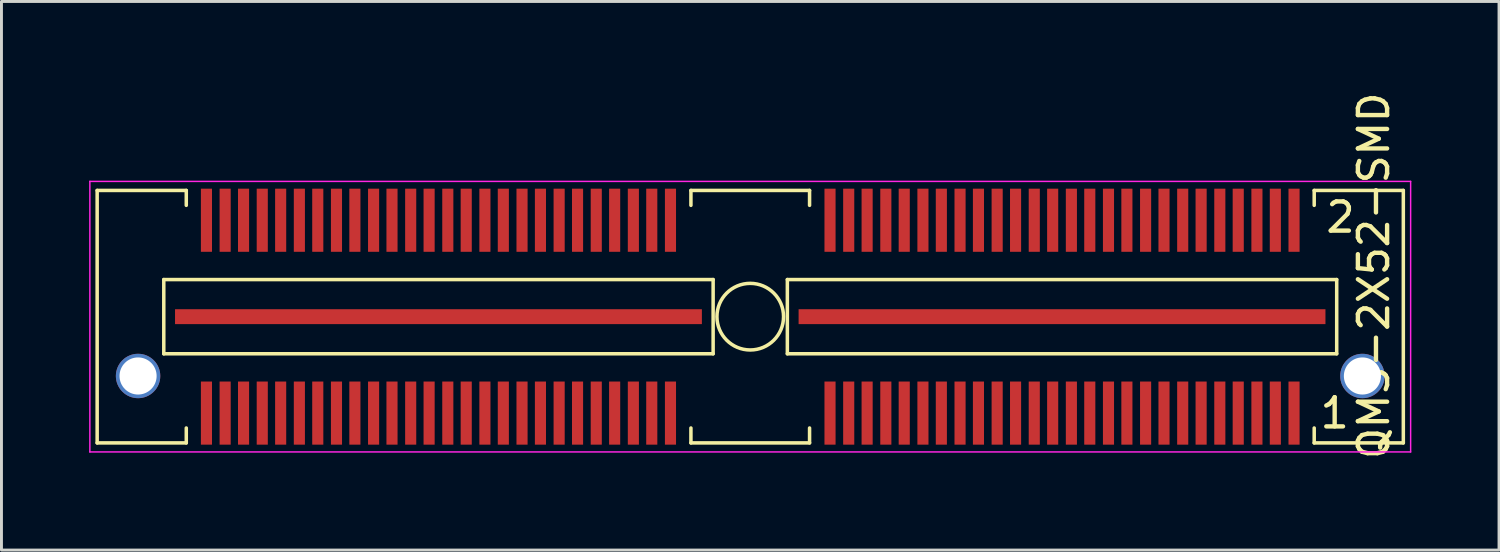
<source format=kicad_pcb>
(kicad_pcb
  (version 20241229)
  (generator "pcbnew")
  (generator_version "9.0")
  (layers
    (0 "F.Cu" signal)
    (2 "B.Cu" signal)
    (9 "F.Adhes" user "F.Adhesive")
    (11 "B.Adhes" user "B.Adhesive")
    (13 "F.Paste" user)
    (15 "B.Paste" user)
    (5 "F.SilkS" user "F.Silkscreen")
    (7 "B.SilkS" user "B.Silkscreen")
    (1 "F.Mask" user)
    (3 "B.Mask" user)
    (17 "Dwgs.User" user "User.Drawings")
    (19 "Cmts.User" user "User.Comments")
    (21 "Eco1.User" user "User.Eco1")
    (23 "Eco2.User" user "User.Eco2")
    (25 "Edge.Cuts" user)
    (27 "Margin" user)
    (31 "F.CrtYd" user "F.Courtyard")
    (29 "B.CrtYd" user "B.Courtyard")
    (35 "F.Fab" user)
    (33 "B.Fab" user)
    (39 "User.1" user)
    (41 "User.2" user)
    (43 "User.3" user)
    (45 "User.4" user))
  (footprint "QMS-2X52-SMD"
    (layer "F.Cu")
    (at 22.625 7.787)
    (property "Reference" "QMS-2X52-SMD" (at 21.34 -1.4 90) (layer "F.SilkS") (effects (font (size 1 1) (thickness 0.15))))
    (attr smd)
    (fp_line (start -22.35 -4.32) (end -19.3 -4.32) (stroke (width 0.12) (type solid)) (layer "F.SilkS"))
    (fp_line (start -22.35 4.32) (end -22.35 -4.32) (stroke (width 0.12) (type solid)) (layer "F.SilkS"))
    (fp_line (start -20.07 -1.27) (end -20.07 1.27) (stroke (width 0.12) (type solid)) (layer "F.SilkS"))
    (fp_line (start -20.07 -1.27) (end -1.27 -1.27) (stroke (width 0.12) (type solid)) (layer "F.SilkS"))
    (fp_line (start -19.3 -4.32) (end -19.3 -3.81) (stroke (width 0.12) (type solid)) (layer "F.SilkS"))
    (fp_line (start -19.3 3.81) (end -19.3 4.32) (stroke (width 0.12) (type solid)) (layer "F.SilkS"))
    (fp_line (start -19.3 4.32) (end -22.35 4.32) (stroke (width 0.12) (type solid)) (layer "F.SilkS"))
    (fp_line (start -2.03 -4.32) (end 2.03 -4.32) (stroke (width 0.12) (type solid)) (layer "F.SilkS"))
    (fp_line (start -2.03 -3.81) (end -2.03 -4.32) (stroke (width 0.12) (type solid)) (layer "F.SilkS"))
    (fp_line (start -2.03 4.32) (end -2.03 3.81) (stroke (width 0.12) (type solid)) (layer "F.SilkS"))
    (fp_line (start -1.27 1.27) (end -20.07 1.27) (stroke (width 0.12) (type solid)) (layer "F.SilkS"))
    (fp_line (start -1.27 1.27) (end -1.27 -1.27) (stroke (width 0.12) (type solid)) (layer "F.SilkS"))
    (fp_line (start 1.27 -1.27) (end 20.07 -1.27) (stroke (width 0.12) (type solid)) (layer "F.SilkS"))
    (fp_line (start 1.27 1.27) (end 1.27 -1.27) (stroke (width 0.12) (type solid)) (layer "F.SilkS"))
    (fp_line (start 2.03 -4.32) (end 2.03 -3.81) (stroke (width 0.12) (type solid)) (layer "F.SilkS"))
    (fp_line (start 2.03 3.81) (end 2.03 4.32) (stroke (width 0.12) (type solid)) (layer "F.SilkS"))
    (fp_line (start 2.03 4.32) (end -2.03 4.32) (stroke (width 0.12) (type solid)) (layer "F.SilkS"))
    (fp_line (start 19.3 -4.32) (end 22.35 -4.32) (stroke (width 0.12) (type solid)) (layer "F.SilkS"))
    (fp_line (start 19.3 -3.81) (end 19.3 -4.32) (stroke (width 0.12) (type solid)) (layer "F.SilkS"))
    (fp_line (start 19.3 4.32) (end 19.3 3.81) (stroke (width 0.12) (type solid)) (layer "F.SilkS"))
    (fp_line (start 20.07 -1.27) (end 20.07 1.27) (stroke (width 0.12) (type solid)) (layer "F.SilkS"))
    (fp_line (start 20.07 1.27) (end 1.27 1.27) (stroke (width 0.12) (type solid)) (layer "F.SilkS"))
    (fp_line (start 22.35 -4.32) (end 22.35 4.32) (stroke (width 0.12) (type solid)) (layer "F.SilkS"))
    (fp_line (start 22.35 4.32) (end 19.3 4.32) (stroke (width 0.12) (type solid)) (layer "F.SilkS"))
    (fp_circle (center 0 0) (end 0 -1.14) (stroke (width 0.12) (type solid)) (fill no) (layer "F.SilkS"))
    (fp_line (start -22.6 -4.63) (end -22.6 4.63) (stroke (width 0.05) (type solid)) (layer "F.CrtYd"))
    (fp_line (start -22.6 -4.63) (end 22.6 -4.63) (stroke (width 0.05) (type solid)) (layer "F.CrtYd"))
    (fp_line (start 22.6 4.63) (end -22.6 4.63) (stroke (width 0.05) (type solid)) (layer "F.CrtYd"))
    (fp_line (start 22.6 4.63) (end 22.6 -4.63) (stroke (width 0.05) (type solid)) (layer "F.CrtYd"))
    (fp_text user "2" (at 20.2 -3.4 0) (layer "F.SilkS") (effects (font (size 1 1) (thickness 0.15))))
    (fp_text user "1" (at 20 3.3 0) (layer "F.SilkS") (effects (font (size 1 1) (thickness 0.15))))
    (pad "" thru_hole circle (at -20.95 2.03) (size 1.52 1.52) (drill 1.27) (layers "*.Cu" "*.Mask"))
    (pad "" thru_hole circle (at 20.95 2.03) (size 1.52 1.52) (drill 1.27) (layers "*.Cu" "*.Mask"))
    (pad "1" smd rect (at 18.61 3.3) (size 0.38 2.16) (layers "F.Cu" "F.Mask" "F.Paste"))
    (pad "2" smd rect (at 18.61 -3.3) (size 0.38 2.16) (layers "F.Cu" "F.Mask" "F.Paste"))
    (pad "3" smd rect (at 17.97 3.3) (size 0.38 2.16) (layers "F.Cu" "F.Mask" "F.Paste"))
    (pad "4" smd rect (at 17.97 -3.3) (size 0.38 2.16) (layers "F.Cu" "F.Mask" "F.Paste"))
    (pad "5" smd rect (at 17.34 3.3) (size 0.38 2.16) (layers "F.Cu" "F.Mask" "F.Paste"))
    (pad "6" smd rect (at 17.34 -3.3) (size 0.38 2.16) (layers "F.Cu" "F.Mask" "F.Paste"))
    (pad "7" smd rect (at 16.7 3.3) (size 0.38 2.16) (layers "F.Cu" "F.Mask" "F.Paste"))
    (pad "8" smd rect (at 16.7 -3.3) (size 0.38 2.16) (layers "F.Cu" "F.Mask" "F.Paste"))
    (pad "9" smd rect (at 16.07 3.3) (size 0.38 2.16) (layers "F.Cu" "F.Mask" "F.Paste"))
    (pad "10" smd rect (at 16.07 -3.3) (size 0.38 2.16) (layers "F.Cu" "F.Mask" "F.Paste"))
    (pad "11" smd rect (at 15.43 3.3) (size 0.38 2.16) (layers "F.Cu" "F.Mask" "F.Paste"))
    (pad "12" smd rect (at 15.43 -3.3) (size 0.38 2.16) (layers "F.Cu" "F.Mask" "F.Paste"))
    (pad "13" smd rect (at 14.8 3.3) (size 0.38 2.16) (layers "F.Cu" "F.Mask" "F.Paste"))
    (pad "14" smd rect (at 14.8 -3.3) (size 0.38 2.16) (layers "F.Cu" "F.Mask" "F.Paste"))
    (pad "15" smd rect (at 14.16 3.3) (size 0.38 2.16) (layers "F.Cu" "F.Mask" "F.Paste"))
    (pad "16" smd rect (at 14.16 -3.3) (size 0.38 2.16) (layers "F.Cu" "F.Mask" "F.Paste"))
    (pad "17" smd rect (at 13.53 3.3) (size 0.38 2.16) (layers "F.Cu" "F.Mask" "F.Paste"))
    (pad "18" smd rect (at 13.53 -3.3) (size 0.38 2.16) (layers "F.Cu" "F.Mask" "F.Paste"))
    (pad "19" smd rect (at 12.89 3.3) (size 0.38 2.16) (layers "F.Cu" "F.Mask" "F.Paste"))
    (pad "20" smd rect (at 12.89 -3.3) (size 0.38 2.16) (layers "F.Cu" "F.Mask" "F.Paste"))
    (pad "21" smd rect (at 12.26 3.3) (size 0.38 2.16) (layers "F.Cu" "F.Mask" "F.Paste"))
    (pad "22" smd rect (at 12.26 -3.3) (size 0.38 2.16) (layers "F.Cu" "F.Mask" "F.Paste"))
    (pad "23" smd rect (at 11.62 3.3) (size 0.38 2.16) (layers "F.Cu" "F.Mask" "F.Paste"))
    (pad "24" smd rect (at 11.62 -3.3) (size 0.38 2.16) (layers "F.Cu" "F.Mask" "F.Paste"))
    (pad "25" smd rect (at 10.99 3.3) (size 0.38 2.16) (layers "F.Cu" "F.Mask" "F.Paste"))
    (pad "26" smd rect (at 10.99 -3.3) (size 0.38 2.16) (layers "F.Cu" "F.Mask" "F.Paste"))
    (pad "27" smd rect (at 10.35 3.3) (size 0.38 2.16) (layers "F.Cu" "F.Mask" "F.Paste"))
    (pad "28" smd rect (at 10.35 -3.3) (size 0.38 2.16) (layers "F.Cu" "F.Mask" "F.Paste"))
    (pad "29" smd rect (at 9.72 3.3) (size 0.38 2.16) (layers "F.Cu" "F.Mask" "F.Paste"))
    (pad "30" smd rect (at 9.72 -3.3) (size 0.38 2.16) (layers "F.Cu" "F.Mask" "F.Paste"))
    (pad "31" smd rect (at 9.08 3.3) (size 0.38 2.16) (layers "F.Cu" "F.Mask" "F.Paste"))
    (pad "32" smd rect (at 9.08 -3.3) (size 0.38 2.16) (layers "F.Cu" "F.Mask" "F.Paste"))
    (pad "33" smd rect (at 8.45 3.3) (size 0.38 2.16) (layers "F.Cu" "F.Mask" "F.Paste"))
    (pad "34" smd rect (at 8.45 -3.3) (size 0.38 2.16) (layers "F.Cu" "F.Mask" "F.Paste"))
    (pad "35" smd rect (at 7.81 3.3) (size 0.38 2.16) (layers "F.Cu" "F.Mask" "F.Paste"))
    (pad "36" smd rect (at 7.81 -3.3) (size 0.38 2.16) (layers "F.Cu" "F.Mask" "F.Paste"))
    (pad "37" smd rect (at 7.18 3.3) (size 0.38 2.16) (layers "F.Cu" "F.Mask" "F.Paste"))
    (pad "38" smd rect (at 7.18 -3.3) (size 0.38 2.16) (layers "F.Cu" "F.Mask" "F.Paste"))
    (pad "39" smd rect (at 6.54 3.3) (size 0.38 2.16) (layers "F.Cu" "F.Mask" "F.Paste"))
    (pad "40" smd rect (at 6.54 -3.3) (size 0.38 2.16) (layers "F.Cu" "F.Mask" "F.Paste"))
    (pad "41" smd rect (at 5.91 3.3) (size 0.38 2.16) (layers "F.Cu" "F.Mask" "F.Paste"))
    (pad "42" smd rect (at 5.91 -3.3) (size 0.38 2.16) (layers "F.Cu" "F.Mask" "F.Paste"))
    (pad "43" smd rect (at 5.27 3.3) (size 0.38 2.16) (layers "F.Cu" "F.Mask" "F.Paste"))
    (pad "44" smd rect (at 5.27 -3.3) (size 0.38 2.16) (layers "F.Cu" "F.Mask" "F.Paste"))
    (pad "45" smd rect (at 4.64 3.3) (size 0.38 2.16) (layers "F.Cu" "F.Mask" "F.Paste"))
    (pad "46" smd rect (at 4.64 -3.3) (size 0.38 2.16) (layers "F.Cu" "F.Mask" "F.Paste"))
    (pad "47" smd rect (at 4 3.3) (size 0.38 2.16) (layers "F.Cu" "F.Mask" "F.Paste"))
    (pad "48" smd rect (at 4 -3.3) (size 0.38 2.16) (layers "F.Cu" "F.Mask" "F.Paste"))
    (pad "49" smd rect (at 3.37 3.3) (size 0.38 2.16) (layers "F.Cu" "F.Mask" "F.Paste"))
    (pad "50" smd rect (at 3.37 -3.3) (size 0.38 2.16) (layers "F.Cu" "F.Mask" "F.Paste"))
    (pad "51" smd rect (at 2.73 3.3) (size 0.38 2.16) (layers "F.Cu" "F.Mask" "F.Paste"))
    (pad "52" smd rect (at 2.73 -3.3) (size 0.38 2.16) (layers "F.Cu" "F.Mask" "F.Paste"))
    (pad "53" smd rect (at -2.73 3.3) (size 0.38 2.16) (layers "F.Cu" "F.Mask" "F.Paste"))
    (pad "54" smd rect (at -2.73 -3.3) (size 0.38 2.16) (layers "F.Cu" "F.Mask" "F.Paste"))
    (pad "55" smd rect (at -3.37 3.3) (size 0.38 2.16) (layers "F.Cu" "F.Mask" "F.Paste"))
    (pad "56" smd rect (at -3.37 -3.3) (size 0.38 2.16) (layers "F.Cu" "F.Mask" "F.Paste"))
    (pad "57" smd rect (at -4 3.3) (size 0.38 2.16) (layers "F.Cu" "F.Mask" "F.Paste"))
    (pad "58" smd rect (at -4 -3.3) (size 0.38 2.16) (layers "F.Cu" "F.Mask" "F.Paste"))
    (pad "59" smd rect (at -4.64 3.3) (size 0.38 2.16) (layers "F.Cu" "F.Mask" "F.Paste"))
    (pad "60" smd rect (at -4.64 -3.3) (size 0.38 2.16) (layers "F.Cu" "F.Mask" "F.Paste"))
    (pad "61" smd rect (at -5.27 3.3) (size 0.38 2.16) (layers "F.Cu" "F.Mask" "F.Paste"))
    (pad "62" smd rect (at -5.27 -3.3) (size 0.38 2.16) (layers "F.Cu" "F.Mask" "F.Paste"))
    (pad "63" smd rect (at -5.91 3.3) (size 0.38 2.16) (layers "F.Cu" "F.Mask" "F.Paste"))
    (pad "64" smd rect (at -5.91 -3.3) (size 0.38 2.16) (layers "F.Cu" "F.Mask" "F.Paste"))
    (pad "65" smd rect (at -6.54 3.3) (size 0.38 2.16) (layers "F.Cu" "F.Mask" "F.Paste"))
    (pad "66" smd rect (at -6.54 -3.3) (size 0.38 2.16) (layers "F.Cu" "F.Mask" "F.Paste"))
    (pad "67" smd rect (at -7.18 3.3) (size 0.38 2.16) (layers "F.Cu" "F.Mask" "F.Paste"))
    (pad "68" smd rect (at -7.18 -3.3) (size 0.38 2.16) (layers "F.Cu" "F.Mask" "F.Paste"))
    (pad "69" smd rect (at -7.81 3.3) (size 0.38 2.16) (layers "F.Cu" "F.Mask" "F.Paste"))
    (pad "70" smd rect (at -7.81 -3.3) (size 0.38 2.16) (layers "F.Cu" "F.Mask" "F.Paste"))
    (pad "71" smd rect (at -8.45 3.3) (size 0.38 2.16) (layers "F.Cu" "F.Mask" "F.Paste"))
    (pad "72" smd rect (at -8.45 -3.3) (size 0.38 2.16) (layers "F.Cu" "F.Mask" "F.Paste"))
    (pad "73" smd rect (at -9.08 3.3) (size 0.38 2.16) (layers "F.Cu" "F.Mask" "F.Paste"))
    (pad "74" smd rect (at -9.08 -3.3) (size 0.38 2.16) (layers "F.Cu" "F.Mask" "F.Paste"))
    (pad "75" smd rect (at -9.72 3.3) (size 0.38 2.16) (layers "F.Cu" "F.Mask" "F.Paste"))
    (pad "76" smd rect (at -9.72 -3.3) (size 0.38 2.16) (layers "F.Cu" "F.Mask" "F.Paste"))
    (pad "77" smd rect (at -10.35 3.3) (size 0.38 2.16) (layers "F.Cu" "F.Mask" "F.Paste"))
    (pad "78" smd rect (at -10.35 -3.3) (size 0.38 2.16) (layers "F.Cu" "F.Mask" "F.Paste"))
    (pad "79" smd rect (at -10.99 3.3) (size 0.38 2.16) (layers "F.Cu" "F.Mask" "F.Paste"))
    (pad "80" smd rect (at -10.99 -3.3) (size 0.38 2.16) (layers "F.Cu" "F.Mask" "F.Paste"))
    (pad "81" smd rect (at -11.62 3.3) (size 0.38 2.16) (layers "F.Cu" "F.Mask" "F.Paste"))
    (pad "82" smd rect (at -11.62 -3.3) (size 0.38 2.16) (layers "F.Cu" "F.Mask" "F.Paste"))
    (pad "83" smd rect (at -12.26 3.3) (size 0.38 2.16) (layers "F.Cu" "F.Mask" "F.Paste"))
    (pad "84" smd rect (at -12.26 -3.3) (size 0.38 2.16) (layers "F.Cu" "F.Mask" "F.Paste"))
    (pad "85" smd rect (at -12.89 3.3) (size 0.38 2.16) (layers "F.Cu" "F.Mask" "F.Paste"))
    (pad "86" smd rect (at -12.89 -3.3) (size 0.38 2.16) (layers "F.Cu" "F.Mask" "F.Paste"))
    (pad "87" smd rect (at -13.53 3.3) (size 0.38 2.16) (layers "F.Cu" "F.Mask" "F.Paste"))
    (pad "88" smd rect (at -13.53 -3.3) (size 0.38 2.16) (layers "F.Cu" "F.Mask" "F.Paste"))
    (pad "89" smd rect (at -14.16 3.3) (size 0.38 2.16) (layers "F.Cu" "F.Mask" "F.Paste"))
    (pad "90" smd rect (at -14.16 -3.3) (size 0.38 2.16) (layers "F.Cu" "F.Mask" "F.Paste"))
    (pad "91" smd rect (at -14.8 3.3) (size 0.38 2.16) (layers "F.Cu" "F.Mask" "F.Paste"))
    (pad "92" smd rect (at -14.8 -3.3) (size 0.38 2.16) (layers "F.Cu" "F.Mask" "F.Paste"))
    (pad "93" smd rect (at -15.43 3.3) (size 0.38 2.16) (layers "F.Cu" "F.Mask" "F.Paste"))
    (pad "94" smd rect (at -15.43 -3.3) (size 0.38 2.16) (layers "F.Cu" "F.Mask" "F.Paste"))
    (pad "95" smd rect (at -16.07 3.3) (size 0.38 2.16) (layers "F.Cu" "F.Mask" "F.Paste"))
    (pad "96" smd rect (at -16.07 -3.3) (size 0.38 2.16) (layers "F.Cu" "F.Mask" "F.Paste"))
    (pad "97" smd rect (at -16.7 3.3) (size 0.38 2.16) (layers "F.Cu" "F.Mask" "F.Paste"))
    (pad "98" smd rect (at -16.7 -3.3) (size 0.38 2.16) (layers "F.Cu" "F.Mask" "F.Paste"))
    (pad "99" smd rect (at -17.34 3.3) (size 0.38 2.16) (layers "F.Cu" "F.Mask" "F.Paste"))
    (pad "100" smd rect (at -17.34 -3.3) (size 0.38 2.16) (layers "F.Cu" "F.Mask" "F.Paste"))
    (pad "101" smd rect (at -17.97 3.3) (size 0.38 2.16) (layers "F.Cu" "F.Mask" "F.Paste"))
    (pad "102" smd rect (at -17.97 -3.3) (size 0.38 2.16) (layers "F.Cu" "F.Mask" "F.Paste"))
    (pad "103" smd rect (at -18.61 3.3) (size 0.38 2.16) (layers "F.Cu" "F.Mask" "F.Paste"))
    (pad "104" smd rect (at -18.61 -3.3) (size 0.38 2.16) (layers "F.Cu" "F.Mask" "F.Paste"))
    (pad "105" smd rect (at 10.67 0) (size 18.03 0.51) (layers "F.Cu" "F.Mask" "F.Paste"))
    (pad "106" smd rect (at -10.67 0) (size 18.03 0.51) (layers "F.Cu" "F.Mask" "F.Paste")))
  (gr_rect
    (start -3 -3)
    (end 48.25 15.774)
    (stroke (width 0.1) (type default))
    (fill no)
    (layer "Edge.Cuts")))
</source>
